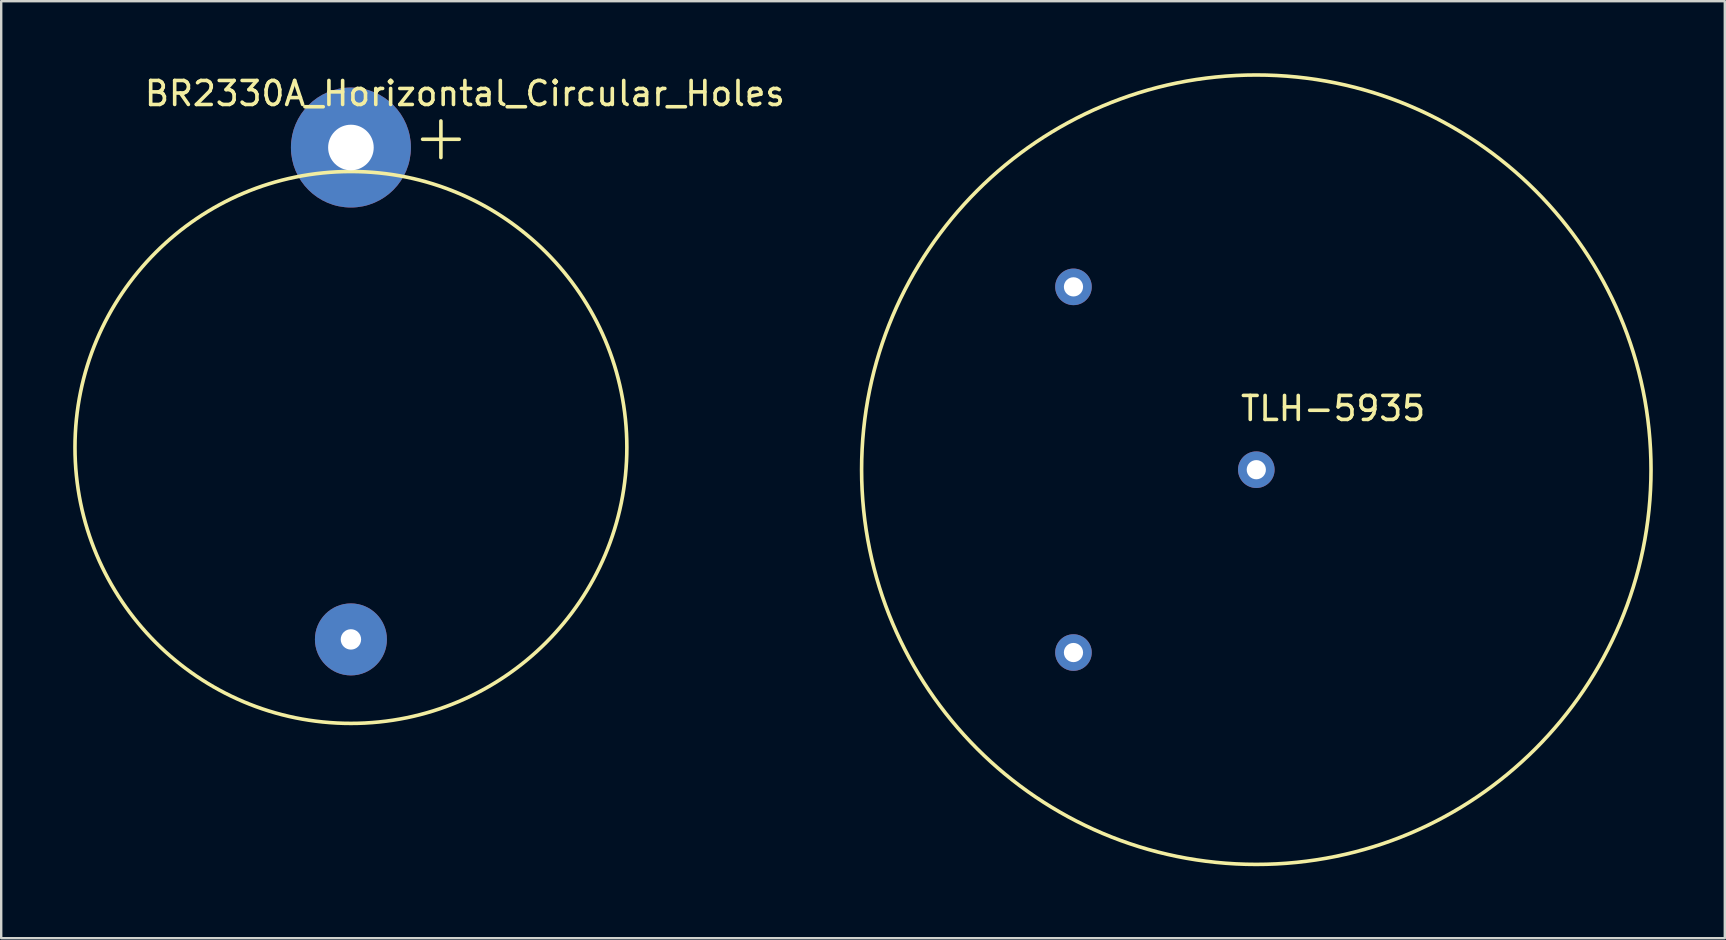
<source format=kicad_pcb>
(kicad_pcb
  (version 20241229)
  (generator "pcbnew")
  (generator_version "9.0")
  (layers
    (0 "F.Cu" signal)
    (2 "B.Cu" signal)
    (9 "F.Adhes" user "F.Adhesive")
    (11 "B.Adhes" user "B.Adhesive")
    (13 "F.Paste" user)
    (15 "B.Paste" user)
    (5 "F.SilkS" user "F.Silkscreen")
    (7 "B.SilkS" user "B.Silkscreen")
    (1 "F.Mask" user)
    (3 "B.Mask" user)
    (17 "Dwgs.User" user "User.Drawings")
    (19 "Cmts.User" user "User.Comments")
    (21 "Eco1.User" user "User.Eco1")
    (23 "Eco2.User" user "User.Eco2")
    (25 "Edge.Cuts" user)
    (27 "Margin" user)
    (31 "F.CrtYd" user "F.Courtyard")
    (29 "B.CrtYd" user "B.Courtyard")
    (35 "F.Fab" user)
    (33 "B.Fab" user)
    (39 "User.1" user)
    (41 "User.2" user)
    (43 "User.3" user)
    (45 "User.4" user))
  (footprint "TLH-5935"
    (layer "F.Cu")
    (at 49.308 16.525)
    (property "Reference" "TLH-5935" (at 3.2 -2.55 0) (layer "F.SilkS") (effects (font (size 1 1) (thickness 0.15))))
    (attr through_hole)
    (fp_circle (center 0 0) (end -16.45 0) (stroke (width 0.15) (type solid)) (fill no) (layer "F.SilkS"))
    (pad "1" thru_hole circle (at 0 0) (size 1.524 1.524) (drill 0.8) (layers "*.Cu" "*.Mask"))
    (pad "2" thru_hole circle (at -7.62 -7.62) (size 1.524 1.524) (drill 0.8) (layers "*.Cu" "*.Mask"))
    (pad "2" thru_hole circle (at -7.62 7.62) (size 1.524 1.524) (drill 0.8) (layers "*.Cu" "*.Mask")))
  (footprint "BR2330A_Horizontal_Circular_Holes"
    (layer "F.Cu")
    (at 11.575 13.348)
    (property "Reference" "BR2330A_Horizontal_Circular_Holes" (at 4.75 -12.5 0) (layer "F.SilkS") (effects (font (size 1 1) (thickness 0.15))))
    (attr through_hole)
    (fp_circle (center 0 2.25) (end 11.5 2.25) (stroke (width 0.15) (type solid)) (fill no) (layer "F.SilkS"))
    (fp_text user "+" (at 3.75 -10.75 0) (layer "F.SilkS") (effects (font (size 2 2) (thickness 0.15))))
    (pad "1" thru_hole circle (at 0 -10.25) (size 5 5) (drill 1.9) (layers "*.Cu" "*.Mask"))
    (pad "2" thru_hole circle (at 0 10.25) (size 3 3) (drill 0.85) (layers "*.Cu" "*.Mask")))
  (gr_rect
    (start -3 -3)
    (end 68.833 36.05)
    (stroke (width 0.1) (type default))
    (fill no)
    (layer "Edge.Cuts")))
</source>
